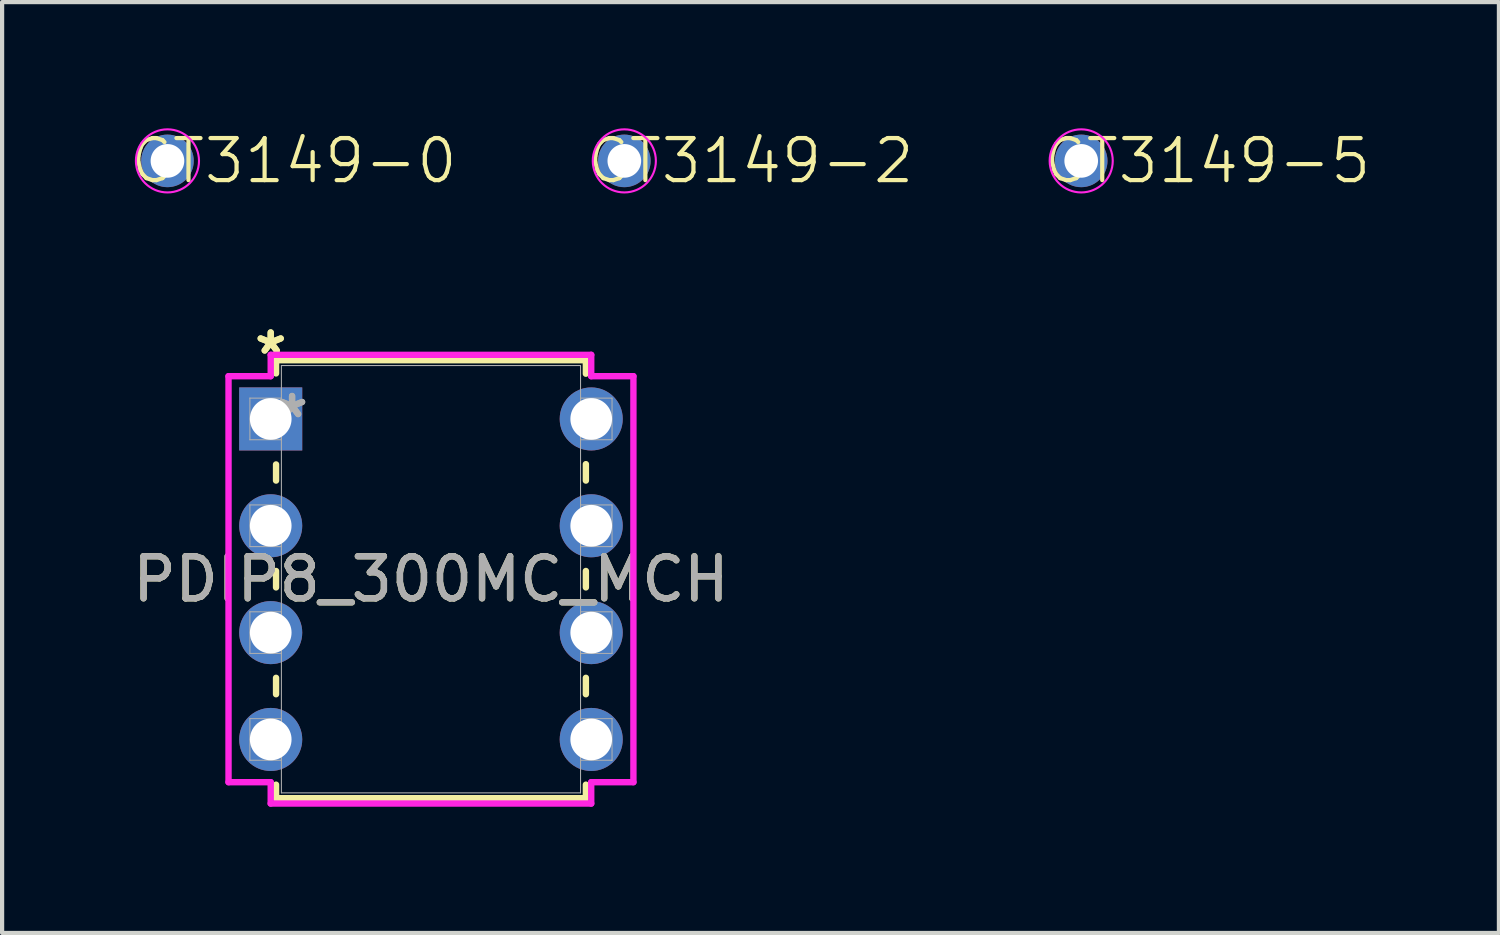
<source format=kicad_pcb>
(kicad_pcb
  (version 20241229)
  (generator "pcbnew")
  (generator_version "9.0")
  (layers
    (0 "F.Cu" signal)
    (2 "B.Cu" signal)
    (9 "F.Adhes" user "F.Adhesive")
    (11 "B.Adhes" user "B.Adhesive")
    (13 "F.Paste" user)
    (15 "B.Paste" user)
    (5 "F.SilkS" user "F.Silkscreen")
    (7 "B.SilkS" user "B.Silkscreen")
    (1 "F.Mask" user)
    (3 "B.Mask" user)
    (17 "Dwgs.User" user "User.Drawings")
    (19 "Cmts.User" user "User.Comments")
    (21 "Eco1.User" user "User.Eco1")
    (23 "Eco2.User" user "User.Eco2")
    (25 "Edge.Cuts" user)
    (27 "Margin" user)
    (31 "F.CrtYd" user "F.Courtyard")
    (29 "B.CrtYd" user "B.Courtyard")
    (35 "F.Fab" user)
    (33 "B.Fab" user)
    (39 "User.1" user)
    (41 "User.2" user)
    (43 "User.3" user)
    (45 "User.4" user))
  (footprint "CT3149-0"
    (layer "F.Cu")
    (at 0.931 0.775)
    (property "Reference" "CT3149-0" (at 3 0 0) (unlocked yes) (layer "F.SilkS") (effects (font (size 1 1) (thickness 0.1))))
    (attr through_hole)
    (fp_circle (center 0 0) (end 0.75 0) (stroke (width 0.05) (type solid)) (fill no) (layer "F.CrtYd"))
    (pad "1" thru_hole circle (at 0 0) (size 1.25 1.25) (drill 0.8) (layers "*.Cu" "*.Mask")))
  (footprint "CT3149-2"
    (layer "F.Cu")
    (at 11.793 0.775)
    (property "Reference" "CT3149-2" (at 3 0 0) (unlocked yes) (layer "F.SilkS") (effects (font (size 1 1) (thickness 0.1))))
    (attr through_hole)
    (fp_circle (center 0 0) (end 0.75 0) (stroke (width 0.05) (type solid)) (fill no) (layer "F.CrtYd"))
    (pad "1" thru_hole circle (at 0 0) (size 1.25 1.25) (drill 0.8) (layers "*.Cu" "*.Mask")))
  (footprint "PDIP8_300MC_MCH"
    (layer "F.Cu")
    (at 3.386 6.91)
    (property "Reference" "PDIP8_300MC_MCH" (at 3.81 3.81 0) (unlocked yes) (layer "F.SilkS") (effects (font (size 1 1) (thickness 0.15))))
    (attr through_hole)
    (fp_line (start 0.127 -1.397) (end 0.127 -1.082) (stroke (width 0.152) (type solid)) (layer "F.SilkS"))
    (fp_line (start 0.127 1.082) (end 0.127 1.465) (stroke (width 0.152) (type solid)) (layer "F.SilkS"))
    (fp_line (start 0.127 3.615) (end 0.127 4.005) (stroke (width 0.152) (type solid)) (layer "F.SilkS"))
    (fp_line (start 0.127 6.155) (end 0.127 6.545) (stroke (width 0.152) (type solid)) (layer "F.SilkS"))
    (fp_line (start 0.127 8.695) (end 0.127 9.017) (stroke (width 0.152) (type solid)) (layer "F.SilkS"))
    (fp_line (start 0.127 9.017) (end 7.493 9.017) (stroke (width 0.152) (type solid)) (layer "F.SilkS"))
    (fp_line (start 7.493 -1.397) (end 0.127 -1.397) (stroke (width 0.152) (type solid)) (layer "F.SilkS"))
    (fp_line (start 7.493 -1.075) (end 7.493 -1.397) (stroke (width 0.152) (type solid)) (layer "F.SilkS"))
    (fp_line (start 7.493 1.465) (end 7.493 1.075) (stroke (width 0.152) (type solid)) (layer "F.SilkS"))
    (fp_line (start 7.493 4.005) (end 7.493 3.615) (stroke (width 0.152) (type solid)) (layer "F.SilkS"))
    (fp_line (start 7.493 6.545) (end 7.493 6.155) (stroke (width 0.152) (type solid)) (layer "F.SilkS"))
    (fp_line (start 7.493 9.017) (end 7.493 8.695) (stroke (width 0.152) (type solid)) (layer "F.SilkS"))
    (fp_line (start -1.003 -1.016) (end 0 -1.016) (stroke (width 0.152) (type solid)) (layer "F.CrtYd"))
    (fp_line (start -1.003 8.636) (end -1.003 -1.016) (stroke (width 0.152) (type solid)) (layer "F.CrtYd"))
    (fp_line (start 0 -1.524) (end 7.62 -1.524) (stroke (width 0.152) (type solid)) (layer "F.CrtYd"))
    (fp_line (start 0 -1.016) (end 0 -1.524) (stroke (width 0.152) (type solid)) (layer "F.CrtYd"))
    (fp_line (start 0 8.636) (end -1.003 8.636) (stroke (width 0.152) (type solid)) (layer "F.CrtYd"))
    (fp_line (start 0 9.144) (end 0 8.636) (stroke (width 0.152) (type solid)) (layer "F.CrtYd"))
    (fp_line (start 7.62 -1.524) (end 7.62 -1.016) (stroke (width 0.152) (type solid)) (layer "F.CrtYd"))
    (fp_line (start 7.62 8.636) (end 7.62 9.144) (stroke (width 0.152) (type solid)) (layer "F.CrtYd"))
    (fp_line (start 7.62 9.144) (end 0 9.144) (stroke (width 0.152) (type solid)) (layer "F.CrtYd"))
    (fp_line (start 8.623 -1.016) (end 7.62 -1.016) (stroke (width 0.152) (type solid)) (layer "F.CrtYd"))
    (fp_line (start 8.623 -1.016) (end 8.623 8.636) (stroke (width 0.152) (type solid)) (layer "F.CrtYd"))
    (fp_line (start 8.623 8.636) (end 7.62 8.636) (stroke (width 0.152) (type solid)) (layer "F.CrtYd"))
    (fp_line (start -0.495 -0.495) (end -0.495 0.495) (stroke (width 0.025) (type solid)) (layer "F.Fab"))
    (fp_line (start -0.495 0.495) (end 0.254 0.495) (stroke (width 0.025) (type solid)) (layer "F.Fab"))
    (fp_line (start -0.495 2.045) (end -0.495 3.035) (stroke (width 0.025) (type solid)) (layer "F.Fab"))
    (fp_line (start -0.495 3.035) (end 0.254 3.035) (stroke (width 0.025) (type solid)) (layer "F.Fab"))
    (fp_line (start -0.495 4.585) (end -0.495 5.575) (stroke (width 0.025) (type solid)) (layer "F.Fab"))
    (fp_line (start -0.495 5.575) (end 0.254 5.575) (stroke (width 0.025) (type solid)) (layer "F.Fab"))
    (fp_line (start -0.495 7.125) (end -0.495 8.115) (stroke (width 0.025) (type solid)) (layer "F.Fab"))
    (fp_line (start -0.495 8.115) (end 0.254 8.115) (stroke (width 0.025) (type solid)) (layer "F.Fab"))
    (fp_line (start 0.254 -1.27) (end 0.254 8.89) (stroke (width 0.025) (type solid)) (layer "F.Fab"))
    (fp_line (start 0.254 -0.495) (end -0.495 -0.495) (stroke (width 0.025) (type solid)) (layer "F.Fab"))
    (fp_line (start 0.254 0.495) (end 0.254 -0.495) (stroke (width 0.025) (type solid)) (layer "F.Fab"))
    (fp_line (start 0.254 2.045) (end -0.495 2.045) (stroke (width 0.025) (type solid)) (layer "F.Fab"))
    (fp_line (start 0.254 3.035) (end 0.254 2.045) (stroke (width 0.025) (type solid)) (layer "F.Fab"))
    (fp_line (start 0.254 4.585) (end -0.495 4.585) (stroke (width 0.025) (type solid)) (layer "F.Fab"))
    (fp_line (start 0.254 5.575) (end 0.254 4.585) (stroke (width 0.025) (type solid)) (layer "F.Fab"))
    (fp_line (start 0.254 7.125) (end -0.495 7.125) (stroke (width 0.025) (type solid)) (layer "F.Fab"))
    (fp_line (start 0.254 8.115) (end 0.254 7.125) (stroke (width 0.025) (type solid)) (layer "F.Fab"))
    (fp_line (start 0.254 8.89) (end 7.366 8.89) (stroke (width 0.025) (type solid)) (layer "F.Fab"))
    (fp_line (start 7.366 -1.27) (end 0.254 -1.27) (stroke (width 0.025) (type solid)) (layer "F.Fab"))
    (fp_line (start 7.366 -0.495) (end 7.366 0.495) (stroke (width 0.025) (type solid)) (layer "F.Fab"))
    (fp_line (start 7.366 0.495) (end 8.115 0.495) (stroke (width 0.025) (type solid)) (layer "F.Fab"))
    (fp_line (start 7.366 2.045) (end 7.366 3.035) (stroke (width 0.025) (type solid)) (layer "F.Fab"))
    (fp_line (start 7.366 3.035) (end 8.115 3.035) (stroke (width 0.025) (type solid)) (layer "F.Fab"))
    (fp_line (start 7.366 4.585) (end 7.366 5.575) (stroke (width 0.025) (type solid)) (layer "F.Fab"))
    (fp_line (start 7.366 5.575) (end 8.115 5.575) (stroke (width 0.025) (type solid)) (layer "F.Fab"))
    (fp_line (start 7.366 7.125) (end 7.366 8.115) (stroke (width 0.025) (type solid)) (layer "F.Fab"))
    (fp_line (start 7.366 8.115) (end 8.115 8.115) (stroke (width 0.025) (type solid)) (layer "F.Fab"))
    (fp_line (start 7.366 8.89) (end 7.366 -1.27) (stroke (width 0.025) (type solid)) (layer "F.Fab"))
    (fp_line (start 8.115 -0.495) (end 7.366 -0.495) (stroke (width 0.025) (type solid)) (layer "F.Fab"))
    (fp_line (start 8.115 0.495) (end 8.115 -0.495) (stroke (width 0.025) (type solid)) (layer "F.Fab"))
    (fp_line (start 8.115 2.045) (end 7.366 2.045) (stroke (width 0.025) (type solid)) (layer "F.Fab"))
    (fp_line (start 8.115 3.035) (end 8.115 2.045) (stroke (width 0.025) (type solid)) (layer "F.Fab"))
    (fp_line (start 8.115 4.585) (end 7.366 4.585) (stroke (width 0.025) (type solid)) (layer "F.Fab"))
    (fp_line (start 8.115 5.575) (end 8.115 4.585) (stroke (width 0.025) (type solid)) (layer "F.Fab"))
    (fp_line (start 8.115 7.125) (end 7.366 7.125) (stroke (width 0.025) (type solid)) (layer "F.Fab"))
    (fp_line (start 8.115 8.115) (end 8.115 7.125) (stroke (width 0.025) (type solid)) (layer "F.Fab"))
    (fp_text user "*" (at 0 -1.511 0) (layer "F.SilkS") (effects (font (size 1 1) (thickness 0.15))))
    (fp_text user "*" (at 0 -1.511 0) (unlocked yes) (layer "F.SilkS") (effects (font (size 1 1) (thickness 0.15))))
    (fp_text user "*" (at 0.508 0 0) (unlocked yes) (layer "F.Fab") (effects (font (size 1 1) (thickness 0.15))))
    (fp_text user "*" (at 0.508 0 0) (layer "F.Fab") (effects (font (size 1 1) (thickness 0.15))))
    (fp_text user "${REFERENCE}" (at 3.81 3.81 0) (unlocked yes) (layer "F.Fab") (effects (font (size 1 1) (thickness 0.15))))
    (pad "1" thru_hole rect (at 0 0) (size 1.499 1.499) (drill 0.991) (layers "*.Cu" "*.Mask"))
    (pad "2" thru_hole circle (at 0 2.54) (size 1.499 1.499) (drill 0.991) (layers "*.Cu" "*.Mask"))
    (pad "3" thru_hole circle (at 0 5.08) (size 1.499 1.499) (drill 0.991) (layers "*.Cu" "*.Mask"))
    (pad "4" thru_hole circle (at 0 7.62) (size 1.499 1.499) (drill 0.991) (layers "*.Cu" "*.Mask"))
    (pad "5" thru_hole circle (at 7.62 7.62) (size 1.499 1.499) (drill 0.991) (layers "*.Cu" "*.Mask"))
    (pad "6" thru_hole circle (at 7.62 5.08) (size 1.499 1.499) (drill 0.991) (layers "*.Cu" "*.Mask"))
    (pad "7" thru_hole circle (at 7.62 2.54) (size 1.499 1.499) (drill 0.991) (layers "*.Cu" "*.Mask"))
    (pad "8" thru_hole circle (at 7.62 0) (size 1.499 1.499) (drill 0.991) (layers "*.Cu" "*.Mask")))
  (footprint "CT3149-5"
    (layer "F.Cu")
    (at 22.655 0.775)
    (property "Reference" "CT3149-5" (at 3 0 0) (unlocked yes) (layer "F.SilkS") (effects (font (size 1 1) (thickness 0.1))))
    (attr through_hole)
    (fp_circle (center 0 0) (end 0.75 0) (stroke (width 0.05) (type solid)) (fill no) (layer "F.CrtYd"))
    (pad "1" thru_hole circle (at 0 0) (size 1.25 1.25) (drill 0.8) (layers "*.Cu" "*.Mask")))
  (gr_rect
    (start -3 -3)
    (end 32.586 19.13)
    (stroke (width 0.1) (type default))
    (fill no)
    (layer "Edge.Cuts")))
</source>
